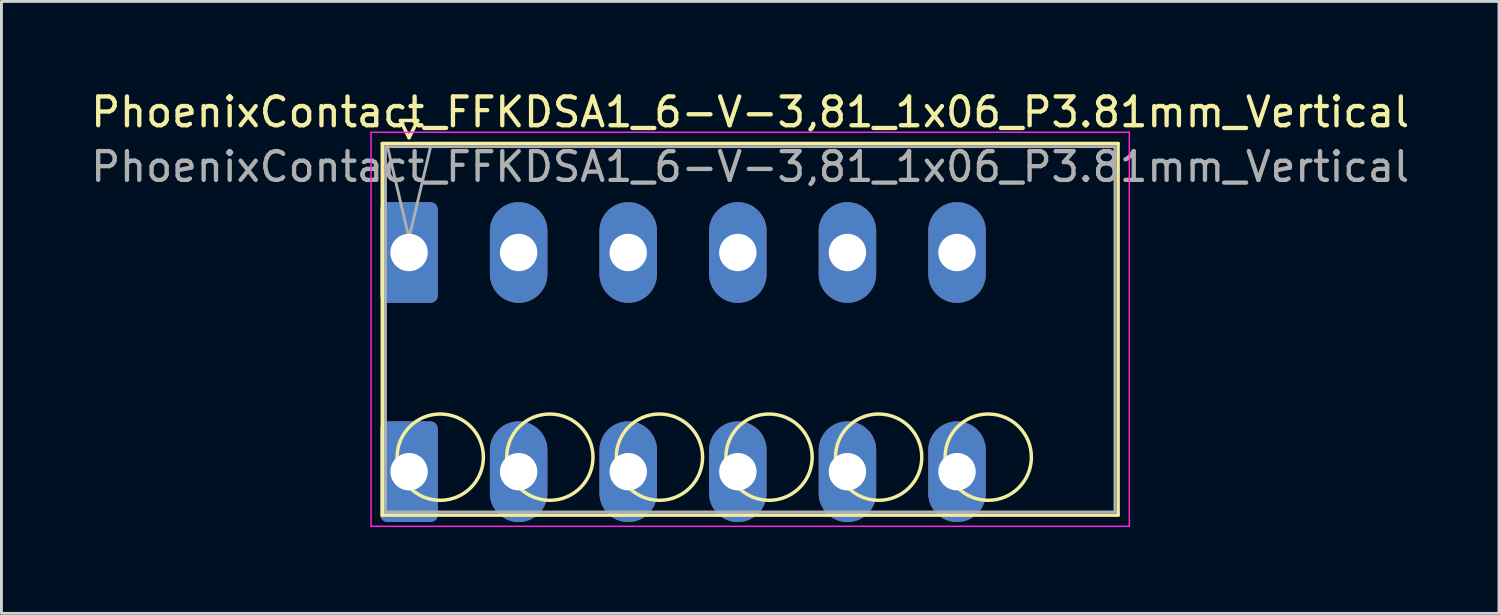
<source format=kicad_pcb>
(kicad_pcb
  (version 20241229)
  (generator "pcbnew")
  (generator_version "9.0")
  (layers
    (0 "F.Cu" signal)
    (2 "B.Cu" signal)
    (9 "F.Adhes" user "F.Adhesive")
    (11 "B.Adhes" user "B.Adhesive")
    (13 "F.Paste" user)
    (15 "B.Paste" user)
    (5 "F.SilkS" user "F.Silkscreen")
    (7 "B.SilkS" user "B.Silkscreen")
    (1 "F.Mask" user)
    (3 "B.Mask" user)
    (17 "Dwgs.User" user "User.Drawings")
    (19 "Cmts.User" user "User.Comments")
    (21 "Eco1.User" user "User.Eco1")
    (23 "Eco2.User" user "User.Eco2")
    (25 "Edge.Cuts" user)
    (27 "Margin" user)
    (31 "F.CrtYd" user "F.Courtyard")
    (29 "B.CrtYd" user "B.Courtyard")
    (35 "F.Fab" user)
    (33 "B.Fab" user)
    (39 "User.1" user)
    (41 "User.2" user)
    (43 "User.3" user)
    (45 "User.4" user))
  (footprint "PhoenixContact_FFKDSA1_6-V-3,81_1x06_P3.81mm_Vertical"
    (layer "F.Cu")
    (at 11.17 5.728)
    (property "Reference" "PhoenixContact_FFKDSA1_6-V-3,81_1x06_P3.81mm_Vertical" (at 11.86 -4.88 0) (layer "F.SilkS") (effects (font (size 1 1) (thickness 0.15))))
    (attr through_hole)
    (fp_line (start -0.93 -3.79) (end -0.93 9.13) (stroke (width 0.12) (type solid)) (layer "F.SilkS"))
    (fp_line (start -0.93 9.13) (end 24.65 9.13) (stroke (width 0.12) (type solid)) (layer "F.SilkS"))
    (fp_line (start -0.3 -4.59) (end 0.3 -4.59) (stroke (width 0.12) (type solid)) (layer "F.SilkS"))
    (fp_line (start 0 -3.99) (end -0.3 -4.59) (stroke (width 0.12) (type solid)) (layer "F.SilkS"))
    (fp_line (start 0.3 -4.59) (end 0 -3.99) (stroke (width 0.12) (type solid)) (layer "F.SilkS"))
    (fp_line (start 24.65 -3.79) (end -0.93 -3.79) (stroke (width 0.12) (type solid)) (layer "F.SilkS"))
    (fp_line (start 24.65 9.13) (end 24.65 -3.79) (stroke (width 0.12) (type solid)) (layer "F.SilkS"))
    (fp_circle (center 1.085 7.115) (end 2.585 7.115) (stroke (width 0.12) (type solid)) (fill no) (layer "F.SilkS"))
    (fp_circle (center 4.895 7.115) (end 6.395 7.115) (stroke (width 0.12) (type solid)) (fill no) (layer "F.SilkS"))
    (fp_circle (center 8.705 7.115) (end 10.205 7.115) (stroke (width 0.12) (type solid)) (fill no) (layer "F.SilkS"))
    (fp_circle (center 12.515 7.115) (end 14.015 7.115) (stroke (width 0.12) (type solid)) (fill no) (layer "F.SilkS"))
    (fp_circle (center 16.325 7.115) (end 17.825 7.115) (stroke (width 0.12) (type solid)) (fill no) (layer "F.SilkS"))
    (fp_circle (center 20.135 7.115) (end 21.635 7.115) (stroke (width 0.12) (type solid)) (fill no) (layer "F.SilkS"))
    (fp_line (start -1.32 -4.18) (end -1.32 9.52) (stroke (width 0.05) (type solid)) (layer "F.CrtYd"))
    (fp_line (start -1.32 9.52) (end 25.04 9.52) (stroke (width 0.05) (type solid)) (layer "F.CrtYd"))
    (fp_line (start 25.04 -4.18) (end -1.32 -4.18) (stroke (width 0.05) (type solid)) (layer "F.CrtYd"))
    (fp_line (start 25.04 9.52) (end 25.04 -4.18) (stroke (width 0.05) (type solid)) (layer "F.CrtYd"))
    (fp_line (start -0.82 -3.68) (end -0.82 9.02) (stroke (width 0.1) (type solid)) (layer "F.Fab"))
    (fp_line (start -0.82 9.02) (end 24.54 9.02) (stroke (width 0.1) (type solid)) (layer "F.Fab"))
    (fp_line (start 0 -0.5) (end -0.75 -3.68) (stroke (width 0.1) (type solid)) (layer "F.Fab"))
    (fp_line (start 0.75 -3.68) (end 0 -0.5) (stroke (width 0.1) (type solid)) (layer "F.Fab"))
    (fp_line (start 24.54 -3.68) (end -0.82 -3.68) (stroke (width 0.1) (type solid)) (layer "F.Fab"))
    (fp_line (start 24.54 9.02) (end 24.54 -3.68) (stroke (width 0.1) (type solid)) (layer "F.Fab"))
    (fp_text user "${REFERENCE}" (at 11.86 -2.98 0) (layer "F.Fab") (effects (font (size 1 1) (thickness 0.15))))
    (pad "1" thru_hole roundrect (at 0 0) (size 2 3.5) (drill 1.3) (layers "*.Cu" "*.Mask") (roundrect_rratio 0.125))
    (pad "1" thru_hole roundrect (at 0 7.62) (size 2 3.5) (drill 1.3) (layers "*.Cu" "*.Mask") (roundrect_rratio 0.125))
    (pad "2" thru_hole oval (at 3.81 0) (size 2 3.5) (drill 1.3) (layers "*.Cu" "*.Mask"))
    (pad "2" thru_hole oval (at 3.81 7.62) (size 2 3.5) (drill 1.3) (layers "*.Cu" "*.Mask"))
    (pad "3" thru_hole oval (at 7.62 0) (size 2 3.5) (drill 1.3) (layers "*.Cu" "*.Mask"))
    (pad "3" thru_hole oval (at 7.62 7.62) (size 2 3.5) (drill 1.3) (layers "*.Cu" "*.Mask"))
    (pad "4" thru_hole oval (at 11.43 0) (size 2 3.5) (drill 1.3) (layers "*.Cu" "*.Mask"))
    (pad "4" thru_hole oval (at 11.43 7.62) (size 2 3.5) (drill 1.3) (layers "*.Cu" "*.Mask"))
    (pad "5" thru_hole oval (at 15.24 0) (size 2 3.5) (drill 1.3) (layers "*.Cu" "*.Mask"))
    (pad "5" thru_hole oval (at 15.24 7.62) (size 2 3.5) (drill 1.3) (layers "*.Cu" "*.Mask"))
    (pad "6" thru_hole oval (at 19.05 0) (size 2 3.5) (drill 1.3) (layers "*.Cu" "*.Mask"))
    (pad "6" thru_hole oval (at 19.05 7.62) (size 2 3.5) (drill 1.3) (layers "*.Cu" "*.Mask")))
  (gr_rect
    (start -3 -3)
    (end 49.06 18.273)
    (stroke (width 0.1) (type default))
    (fill no)
    (layer "Edge.Cuts")))
</source>
